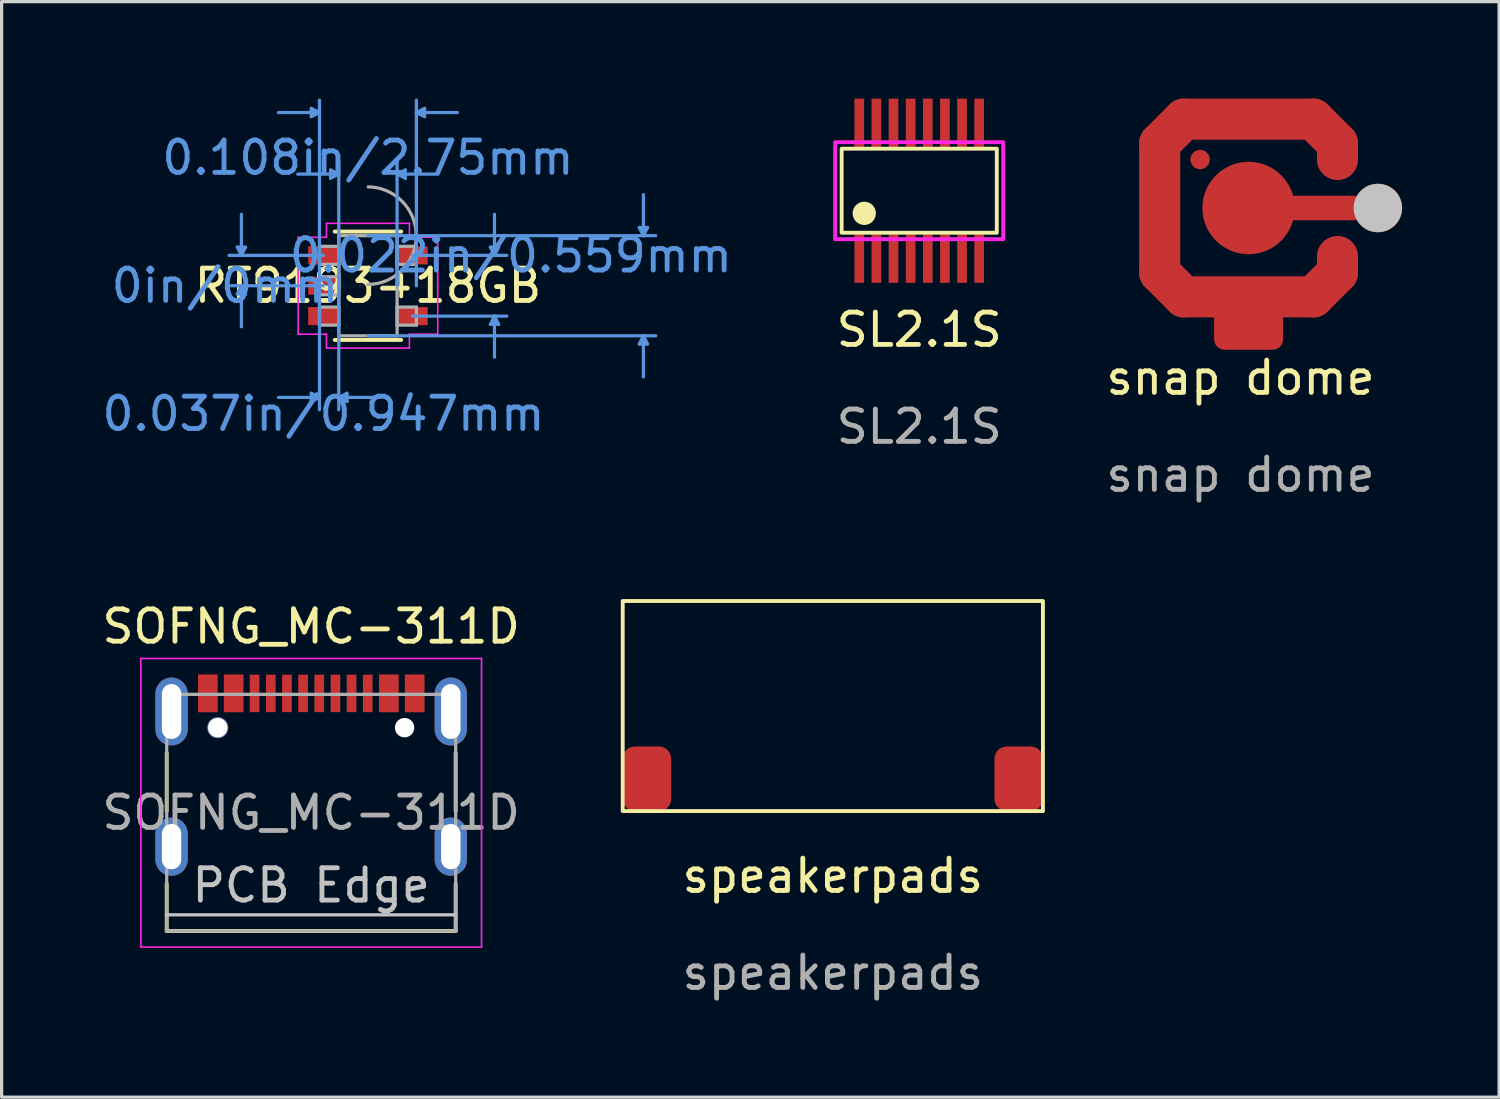
<source format=kicad_pcb>
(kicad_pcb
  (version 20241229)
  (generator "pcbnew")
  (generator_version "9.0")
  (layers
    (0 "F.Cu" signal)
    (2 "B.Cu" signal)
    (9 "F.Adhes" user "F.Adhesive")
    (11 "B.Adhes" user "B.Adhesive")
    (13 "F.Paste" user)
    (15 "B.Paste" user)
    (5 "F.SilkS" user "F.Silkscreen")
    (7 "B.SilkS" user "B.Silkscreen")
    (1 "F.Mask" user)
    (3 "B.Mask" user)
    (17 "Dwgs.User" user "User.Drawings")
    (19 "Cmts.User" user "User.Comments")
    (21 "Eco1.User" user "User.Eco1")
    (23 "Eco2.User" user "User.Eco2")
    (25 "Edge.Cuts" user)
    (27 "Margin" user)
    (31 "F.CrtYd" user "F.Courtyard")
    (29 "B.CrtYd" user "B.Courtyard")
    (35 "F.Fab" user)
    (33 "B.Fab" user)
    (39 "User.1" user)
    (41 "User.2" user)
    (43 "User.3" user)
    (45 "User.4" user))
  (footprint "SOFNG_MC-311D"
    (layer "F.Cu")
    (at 6.577 20.912)
    (property "Reference" "SOFNG_MC-311D" (at 0 -4.58 0) (layer "F.SilkS") (effects (font (size 1 1) (thickness 0.15))))
    (attr smd)
    (fp_line (start -4.47 -0.67) (end -4.47 1.13) (stroke (width 0.12) (type solid)) (layer "F.SilkS"))
    (fp_line (start -4.47 4.84) (end -4.47 3.38) (stroke (width 0.12) (type solid)) (layer "F.SilkS"))
    (fp_line (start 4.47 -0.67) (end 4.47 1.13) (stroke (width 0.12) (type solid)) (layer "F.SilkS"))
    (fp_line (start 4.47 4.84) (end -4.47 4.84) (stroke (width 0.12) (type solid)) (layer "F.SilkS"))
    (fp_line (start 4.47 4.84) (end 4.47 3.38) (stroke (width 0.12) (type solid)) (layer "F.SilkS"))
    (fp_line (start -4.47 4.34) (end 4.47 4.34) (stroke (width 0.1) (type solid)) (layer "Dwgs.User"))
    (fp_line (start -5.27 -3.59) (end -5.27 5.34) (stroke (width 0.05) (type solid)) (layer "F.CrtYd"))
    (fp_line (start -5.27 5.34) (end 5.27 5.34) (stroke (width 0.05) (type solid)) (layer "F.CrtYd"))
    (fp_line (start 5.27 -3.59) (end -5.27 -3.59) (stroke (width 0.05) (type solid)) (layer "F.CrtYd"))
    (fp_line (start 5.27 5.34) (end 5.27 -3.59) (stroke (width 0.05) (type solid)) (layer "F.CrtYd"))
    (fp_line (start -4.47 -2.48) (end -4.47 4.84) (stroke (width 0.1) (type solid)) (layer "F.Fab"))
    (fp_line (start -4.47 -2.48) (end 4.47 -2.48) (stroke (width 0.1) (type solid)) (layer "F.Fab"))
    (fp_line (start 4.47 -2.48) (end 4.47 4.84) (stroke (width 0.1) (type solid)) (layer "F.Fab"))
    (fp_line (start 4.47 4.84) (end -4.47 4.84) (stroke (width 0.1) (type solid)) (layer "F.Fab"))
    (fp_text user "PCB Edge" (at 0 3.43 0) (layer "Dwgs.User") (effects (font (size 1 1) (thickness 0.15))))
    (fp_text user "${REFERENCE}" (at 0 1.18 0) (layer "F.Fab") (effects (font (size 1 1) (thickness 0.15))))
    (pad "" np_thru_hole circle (at -2.89 -1.45 180) (size 0.65 0.65) (drill 0.6) (layers "*.Cu" "*.Mask"))
    (pad "" np_thru_hole circle (at 2.89 -1.45 180) (size 0.6 0.6) (drill 0.6) (layers "*.Cu" "*.Mask"))
    (pad "A1" smd rect (at -3.2 -2.51) (size 0.6 1.16) (layers "F.Cu" "F.Mask" "F.Paste"))
    (pad "A4" smd rect (at -2.4 -2.51) (size 0.6 1.16) (layers "F.Cu" "F.Mask" "F.Paste"))
    (pad "A5" smd rect (at -1.25 -2.51 180) (size 0.3 1.16) (layers "F.Cu" "F.Mask" "F.Paste"))
    (pad "A6" smd rect (at -0.25 -2.51 180) (size 0.3 1.16) (layers "F.Cu" "F.Mask" "F.Paste"))
    (pad "A7" smd rect (at 0.25 -2.51 180) (size 0.3 1.16) (layers "F.Cu" "F.Mask" "F.Paste"))
    (pad "A8" smd rect (at 1.25 -2.51 180) (size 0.3 1.16) (layers "F.Cu" "F.Mask" "F.Paste"))
    (pad "A9" smd rect (at 2.4 -2.51) (size 0.6 1.16) (layers "F.Cu" "F.Mask" "F.Paste"))
    (pad "A12" smd rect (at 3.2 -2.51) (size 0.6 1.16) (layers "F.Cu" "F.Mask" "F.Paste"))
    (pad "B1" smd rect (at 3.2 -2.51) (size 0.6 1.16) (layers "F.Cu" "F.Mask" "F.Paste"))
    (pad "B4" smd rect (at 2.4 -2.51) (size 0.6 1.16) (layers "F.Cu" "F.Mask" "F.Paste"))
    (pad "B5" smd rect (at 1.75 -2.51 180) (size 0.3 1.16) (layers "F.Cu" "F.Mask" "F.Paste"))
    (pad "B6" smd rect (at 0.75 -2.51 180) (size 0.3 1.16) (layers "F.Cu" "F.Mask" "F.Paste"))
    (pad "B7" smd rect (at -0.75 -2.51 180) (size 0.3 1.16) (layers "F.Cu" "F.Mask" "F.Paste"))
    (pad "B8" smd rect (at -1.75 -2.51 180) (size 0.3 1.16) (layers "F.Cu" "F.Mask" "F.Paste"))
    (pad "B9" smd rect (at -2.4 -2.51) (size 0.6 1.16) (layers "F.Cu" "F.Mask" "F.Paste"))
    (pad "B12" smd rect (at -3.2 -2.51) (size 0.6 1.16) (layers "F.Cu" "F.Mask" "F.Paste"))
    (pad "S1" thru_hole oval (at -4.32 -1.95 90) (size 2.1 1) (drill oval 1.7 0.6) (layers "*.Cu" "*.Mask"))
    (pad "S1" thru_hole oval (at -4.32 2.23 90) (size 1.8 1) (drill oval 1.4 0.6) (layers "*.Cu" "*.Mask"))
    (pad "S1" thru_hole oval (at 4.32 -1.95 90) (size 2.1 1) (drill oval 1.7 0.6) (layers "*.Cu" "*.Mask"))
    (pad "S1" thru_hole oval (at 4.32 2.23 90) (size 1.8 1) (drill oval 1.4 0.6) (layers "*.Cu" "*.Mask")))
  (footprint "RT9193-18GB"
    (layer "F.Cu")
    (at 8.333 5.79)
    (property "Reference" "RT9193-18GB" (at 0 0 0) (layer "F.SilkS") (effects (font (size 1 1) (thickness 0.15))))
    (attr through_hole)
    (fp_line (start -1.029 1.676) (end 1.029 1.676) (stroke (width 0.12) (type solid)) (layer "F.SilkS"))
    (fp_line (start 1.029 -1.676) (end -1.029 -1.676) (stroke (width 0.12) (type solid)) (layer "F.SilkS"))
    (fp_line (start 1.029 0.328) (end 1.029 -0.328) (stroke (width 0.12) (type solid)) (layer "F.SilkS"))
    (fp_line (start -4.042 -1.194) (end -3.788 -1.194) (stroke (width 0.1) (type solid)) (layer "Cmts.User"))
    (fp_line (start -4.042 0.254) (end -3.788 0.254) (stroke (width 0.1) (type solid)) (layer "Cmts.User"))
    (fp_line (start -3.915 -0.94) (end -4.042 -1.194) (stroke (width 0.1) (type solid)) (layer "Cmts.User"))
    (fp_line (start -3.915 -0.94) (end -3.915 -2.21) (stroke (width 0.1) (type solid)) (layer "Cmts.User"))
    (fp_line (start -3.915 -0.94) (end -3.788 -1.194) (stroke (width 0.1) (type solid)) (layer "Cmts.User"))
    (fp_line (start -3.915 0) (end -4.042 0.254) (stroke (width 0.1) (type solid)) (layer "Cmts.User"))
    (fp_line (start -3.915 0) (end -3.915 1.27) (stroke (width 0.1) (type solid)) (layer "Cmts.User"))
    (fp_line (start -3.915 0) (end -3.788 0.254) (stroke (width 0.1) (type solid)) (layer "Cmts.User"))
    (fp_line (start -1.753 -5.486) (end -1.753 -5.232) (stroke (width 0.1) (type solid)) (layer "Cmts.User"))
    (fp_line (start -1.753 3.327) (end -1.753 3.581) (stroke (width 0.1) (type solid)) (layer "Cmts.User"))
    (fp_line (start -1.499 -5.359) (end -2.769 -5.359) (stroke (width 0.1) (type solid)) (layer "Cmts.User"))
    (fp_line (start -1.499 -5.359) (end -1.753 -5.486) (stroke (width 0.1) (type solid)) (layer "Cmts.User"))
    (fp_line (start -1.499 -5.359) (end -1.753 -5.232) (stroke (width 0.1) (type solid)) (layer "Cmts.User"))
    (fp_line (start -1.499 0) (end -1.499 -5.74) (stroke (width 0.1) (type solid)) (layer "Cmts.User"))
    (fp_line (start -1.499 0) (end -1.499 3.835) (stroke (width 0.1) (type solid)) (layer "Cmts.User"))
    (fp_line (start -1.499 3.454) (end -2.769 3.454) (stroke (width 0.1) (type solid)) (layer "Cmts.User"))
    (fp_line (start -1.499 3.454) (end -1.753 3.327) (stroke (width 0.1) (type solid)) (layer "Cmts.User"))
    (fp_line (start -1.499 3.454) (end -1.753 3.581) (stroke (width 0.1) (type solid)) (layer "Cmts.User"))
    (fp_line (start -1.375 -0.94) (end -4.296 -0.94) (stroke (width 0.1) (type solid)) (layer "Cmts.User"))
    (fp_line (start -1.375 0) (end -4.296 0) (stroke (width 0.1) (type solid)) (layer "Cmts.User"))
    (fp_line (start -1.156 -3.581) (end -1.156 -3.327) (stroke (width 0.1) (type solid)) (layer "Cmts.User"))
    (fp_line (start -0.902 -3.454) (end -2.172 -3.454) (stroke (width 0.1) (type solid)) (layer "Cmts.User"))
    (fp_line (start -0.902 -3.454) (end -1.156 -3.581) (stroke (width 0.1) (type solid)) (layer "Cmts.User"))
    (fp_line (start -0.902 -3.454) (end -1.156 -3.327) (stroke (width 0.1) (type solid)) (layer "Cmts.User"))
    (fp_line (start -0.902 0) (end -0.902 -3.835) (stroke (width 0.1) (type solid)) (layer "Cmts.User"))
    (fp_line (start -0.902 0) (end -0.902 3.835) (stroke (width 0.1) (type solid)) (layer "Cmts.User"))
    (fp_line (start -0.902 3.454) (end -0.648 3.327) (stroke (width 0.1) (type solid)) (layer "Cmts.User"))
    (fp_line (start -0.902 3.454) (end -0.648 3.581) (stroke (width 0.1) (type solid)) (layer "Cmts.User"))
    (fp_line (start -0.902 3.454) (end 0.368 3.454) (stroke (width 0.1) (type solid)) (layer "Cmts.User"))
    (fp_line (start -0.648 3.327) (end -0.648 3.581) (stroke (width 0.1) (type solid)) (layer "Cmts.User"))
    (fp_line (start 0 -1.549) (end 8.903 -1.549) (stroke (width 0.1) (type solid)) (layer "Cmts.User"))
    (fp_line (start 0 1.549) (end 8.903 1.549) (stroke (width 0.1) (type solid)) (layer "Cmts.User"))
    (fp_line (start 0.902 -3.454) (end 1.156 -3.581) (stroke (width 0.1) (type solid)) (layer "Cmts.User"))
    (fp_line (start 0.902 -3.454) (end 1.156 -3.327) (stroke (width 0.1) (type solid)) (layer "Cmts.User"))
    (fp_line (start 0.902 -3.454) (end 2.172 -3.454) (stroke (width 0.1) (type solid)) (layer "Cmts.User"))
    (fp_line (start 0.902 0) (end 0.902 -3.835) (stroke (width 0.1) (type solid)) (layer "Cmts.User"))
    (fp_line (start 1.156 -3.581) (end 1.156 -3.327) (stroke (width 0.1) (type solid)) (layer "Cmts.User"))
    (fp_line (start 1.375 -0.94) (end 4.296 -0.94) (stroke (width 0.1) (type solid)) (layer "Cmts.User"))
    (fp_line (start 1.375 0.94) (end 4.296 0.94) (stroke (width 0.1) (type solid)) (layer "Cmts.User"))
    (fp_line (start 1.499 -5.359) (end 1.753 -5.486) (stroke (width 0.1) (type solid)) (layer "Cmts.User"))
    (fp_line (start 1.499 -5.359) (end 1.753 -5.232) (stroke (width 0.1) (type solid)) (layer "Cmts.User"))
    (fp_line (start 1.499 -5.359) (end 2.769 -5.359) (stroke (width 0.1) (type solid)) (layer "Cmts.User"))
    (fp_line (start 1.499 0) (end 1.499 -5.74) (stroke (width 0.1) (type solid)) (layer "Cmts.User"))
    (fp_line (start 1.753 -5.486) (end 1.753 -5.232) (stroke (width 0.1) (type solid)) (layer "Cmts.User"))
    (fp_line (start 3.788 -1.194) (end 4.042 -1.194) (stroke (width 0.1) (type solid)) (layer "Cmts.User"))
    (fp_line (start 3.788 1.194) (end 4.042 1.194) (stroke (width 0.1) (type solid)) (layer "Cmts.User"))
    (fp_line (start 3.915 -0.94) (end 3.788 -1.194) (stroke (width 0.1) (type solid)) (layer "Cmts.User"))
    (fp_line (start 3.915 -0.94) (end 3.915 -2.21) (stroke (width 0.1) (type solid)) (layer "Cmts.User"))
    (fp_line (start 3.915 -0.94) (end 4.042 -1.194) (stroke (width 0.1) (type solid)) (layer "Cmts.User"))
    (fp_line (start 3.915 0.94) (end 3.788 1.194) (stroke (width 0.1) (type solid)) (layer "Cmts.User"))
    (fp_line (start 3.915 0.94) (end 3.915 2.21) (stroke (width 0.1) (type solid)) (layer "Cmts.User"))
    (fp_line (start 3.915 0.94) (end 4.042 1.194) (stroke (width 0.1) (type solid)) (layer "Cmts.User"))
    (fp_line (start 8.395 -1.803) (end 8.649 -1.803) (stroke (width 0.1) (type solid)) (layer "Cmts.User"))
    (fp_line (start 8.395 1.803) (end 8.649 1.803) (stroke (width 0.1) (type solid)) (layer "Cmts.User"))
    (fp_line (start 8.522 -1.549) (end 8.395 -1.803) (stroke (width 0.1) (type solid)) (layer "Cmts.User"))
    (fp_line (start 8.522 -1.549) (end 8.522 -2.819) (stroke (width 0.1) (type solid)) (layer "Cmts.User"))
    (fp_line (start 8.522 -1.549) (end 8.649 -1.803) (stroke (width 0.1) (type solid)) (layer "Cmts.User"))
    (fp_line (start 8.522 1.549) (end 8.395 1.803) (stroke (width 0.1) (type solid)) (layer "Cmts.User"))
    (fp_line (start 8.522 1.549) (end 8.522 2.819) (stroke (width 0.1) (type solid)) (layer "Cmts.User"))
    (fp_line (start 8.522 1.549) (end 8.649 1.803) (stroke (width 0.1) (type solid)) (layer "Cmts.User"))
    (fp_line (start -2.159 -1.499) (end -1.283 -1.499) (stroke (width 0.05) (type solid)) (layer "F.CrtYd"))
    (fp_line (start -2.159 1.499) (end -2.159 -1.499) (stroke (width 0.05) (type solid)) (layer "F.CrtYd"))
    (fp_line (start -1.283 -1.93) (end 1.283 -1.93) (stroke (width 0.05) (type solid)) (layer "F.CrtYd"))
    (fp_line (start -1.283 -1.499) (end -1.283 -1.93) (stroke (width 0.05) (type solid)) (layer "F.CrtYd"))
    (fp_line (start -1.283 1.499) (end -2.159 1.499) (stroke (width 0.05) (type solid)) (layer "F.CrtYd"))
    (fp_line (start -1.283 1.93) (end -1.283 1.499) (stroke (width 0.05) (type solid)) (layer "F.CrtYd"))
    (fp_line (start 1.283 -1.93) (end 1.283 -1.499) (stroke (width 0.05) (type solid)) (layer "F.CrtYd"))
    (fp_line (start 1.283 -1.499) (end 2.159 -1.499) (stroke (width 0.05) (type solid)) (layer "F.CrtYd"))
    (fp_line (start 1.283 1.499) (end 1.283 1.93) (stroke (width 0.05) (type solid)) (layer "F.CrtYd"))
    (fp_line (start 1.283 1.93) (end -1.283 1.93) (stroke (width 0.05) (type solid)) (layer "F.CrtYd"))
    (fp_line (start 2.159 -1.499) (end 2.159 1.499) (stroke (width 0.05) (type solid)) (layer "F.CrtYd"))
    (fp_line (start 2.159 1.499) (end 1.283 1.499) (stroke (width 0.05) (type solid)) (layer "F.CrtYd"))
    (fp_line (start -1.499 -1.219) (end -1.499 -0.66) (stroke (width 0.1) (type solid)) (layer "F.Fab"))
    (fp_line (start -1.499 -0.66) (end -0.902 -0.66) (stroke (width 0.1) (type solid)) (layer "F.Fab"))
    (fp_line (start -1.499 -0.279) (end -1.499 0.279) (stroke (width 0.1) (type solid)) (layer "F.Fab"))
    (fp_line (start -1.499 0.279) (end -0.902 0.279) (stroke (width 0.1) (type solid)) (layer "F.Fab"))
    (fp_line (start -1.499 0.66) (end -1.499 1.219) (stroke (width 0.1) (type solid)) (layer "F.Fab"))
    (fp_line (start -1.499 1.219) (end -0.902 1.219) (stroke (width 0.1) (type solid)) (layer "F.Fab"))
    (fp_line (start -0.902 -1.549) (end -0.902 1.549) (stroke (width 0.1) (type solid)) (layer "F.Fab"))
    (fp_line (start -0.902 -1.219) (end -1.499 -1.219) (stroke (width 0.1) (type solid)) (layer "F.Fab"))
    (fp_line (start -0.902 -0.66) (end -0.902 -1.219) (stroke (width 0.1) (type solid)) (layer "F.Fab"))
    (fp_line (start -0.902 -0.279) (end -1.499 -0.279) (stroke (width 0.1) (type solid)) (layer "F.Fab"))
    (fp_line (start -0.902 0.279) (end -0.902 -0.279) (stroke (width 0.1) (type solid)) (layer "F.Fab"))
    (fp_line (start -0.902 0.66) (end -1.499 0.66) (stroke (width 0.1) (type solid)) (layer "F.Fab"))
    (fp_line (start -0.902 1.219) (end -0.902 0.66) (stroke (width 0.1) (type solid)) (layer "F.Fab"))
    (fp_line (start -0.902 1.549) (end 0.902 1.549) (stroke (width 0.1) (type solid)) (layer "F.Fab"))
    (fp_line (start 0.902 -1.549) (end -0.902 -1.549) (stroke (width 0.1) (type solid)) (layer "F.Fab"))
    (fp_line (start 0.902 -1.219) (end 0.902 -0.66) (stroke (width 0.1) (type solid)) (layer "F.Fab"))
    (fp_line (start 0.902 -0.66) (end 1.499 -0.66) (stroke (width 0.1) (type solid)) (layer "F.Fab"))
    (fp_line (start 0.902 0.66) (end 0.902 1.219) (stroke (width 0.1) (type solid)) (layer "F.Fab"))
    (fp_line (start 0.902 1.219) (end 1.499 1.219) (stroke (width 0.1) (type solid)) (layer "F.Fab"))
    (fp_line (start 0.902 1.549) (end 0.902 -1.549) (stroke (width 0.1) (type solid)) (layer "F.Fab"))
    (fp_line (start 1.499 -1.219) (end 0.902 -1.219) (stroke (width 0.1) (type solid)) (layer "F.Fab"))
    (fp_line (start 1.499 -0.66) (end 1.499 -1.219) (stroke (width 0.1) (type solid)) (layer "F.Fab"))
    (fp_line (start 1.499 0.66) (end 0.902 0.66) (stroke (width 0.1) (type solid)) (layer "F.Fab"))
    (fp_line (start 1.499 1.219) (end 1.499 0.66) (stroke (width 0.1) (type solid)) (layer "F.Fab"))
    (fp_arc (start 0.007742 -3.059445) (mid 1.510045 -1.541658) (end -0.007742 -0.039355) (stroke (width 0.1) (type solid)) (layer "F.Fab"))
    (fp_text user "0.108in/2.75mm" (at 0 -3.962 0) (layer "Cmts.User") (effects (font (size 1 1) (thickness 0.15))))
    (fp_text user "0.037in/0.947mm" (at -1.375 3.962 0) (layer "Cmts.User") (effects (font (size 1 1) (thickness 0.15))))
    (fp_text user "Copyright 2021 Accelerated Designs. All rights reserved." (at 0 0 0) (layer "Cmts.User") (effects (font (size 0.127 0.127) (thickness 0.002))))
    (fp_text user "0.022in/0.559mm" (at 4.423 -0.94 0) (layer "Cmts.User") (effects (font (size 1 1) (thickness 0.15))))
    (fp_text user "0in/0mm" (at -4.423 0 0) (layer "Cmts.User") (effects (font (size 1 1) (thickness 0.15))))
    (pad "1" smd rect (at -1.375 -0.94) (size 0.947 0.559) (layers "F.Cu" "F.Mask" "F.Paste"))
    (pad "2" smd rect (at -1.375 0) (size 0.947 0.559) (layers "F.Cu" "F.Mask" "F.Paste"))
    (pad "3" smd rect (at -1.375 0.94) (size 0.947 0.559) (layers "F.Cu" "F.Mask" "F.Paste"))
    (pad "4" smd rect (at 1.375 0.94) (size 0.947 0.559) (layers "F.Cu" "F.Mask" "F.Paste"))
    (pad "5" smd rect (at 1.375 -0.94) (size 0.947 0.559) (layers "F.Cu" "F.Mask" "F.Paste")))
  (footprint "speakerpads"
    (layer "F.Cu")
    (at 22.715 24.543)
    (property "Reference" "speakerpads" (at 0 -0.5 0) (unlocked yes) (layer "F.SilkS") (effects (font (size 1 1) (thickness 0.15))))
    (attr smd)
    (fp_rect (start -6.5 -2.5) (end 6.5 -9) (stroke (width 0.12) (type solid)) (fill no) (layer "F.SilkS"))
    (fp_text user "${REFERENCE}" (at 0 2.5 0) (unlocked yes) (layer "F.Fab") (effects (font (size 1 1) (thickness 0.15))))
    (pad "1" smd roundrect (at -5.75 -3.5) (size 1.5 2) (layers "F.Cu" "F.Mask" "F.Paste") (roundrect_rratio 0.25))
    (pad "2" smd roundrect (at 5.75 -3.5) (size 1.5 2) (layers "F.Cu" "F.Mask" "F.Paste") (roundrect_rratio 0.25)))
  (footprint "snap dome"
    (layer "F.Cu")
    (at 35.578 3.385)
    (property "Reference" "snap dome" (at -0.25 5.25 0) (unlocked yes) (layer "F.SilkS") (effects (font (size 1 1) (thickness 0.15))))
    (attr smd)
    (fp_line (start -2.75 -2) (end -2.75 2) (stroke (width 1.27) (type solid)) (layer "F.Cu"))
    (fp_line (start -2.75 2) (end -2 2.75) (stroke (width 1.27) (type solid)) (layer "F.Cu"))
    (fp_line (start -2 -2.75) (end -2.75 -2) (stroke (width 1.27) (type solid)) (layer "F.Cu"))
    (fp_line (start -2 2.75) (end 2 2.75) (stroke (width 1.27) (type solid)) (layer "F.Cu"))
    (fp_line (start 0.25 0) (end 3.25 0) (stroke (width 0.76) (type solid)) (layer "F.Cu"))
    (fp_line (start 2 -2.75) (end -2 -2.75) (stroke (width 1.27) (type solid)) (layer "F.Cu"))
    (fp_line (start 2 2.75) (end 2.75 2) (stroke (width 1.27) (type solid)) (layer "F.Cu"))
    (fp_line (start 2.75 -2) (end 2 -2.75) (stroke (width 1.27) (type solid)) (layer "F.Cu"))
    (fp_line (start 2.75 -2) (end 2.75 -1.5) (stroke (width 1.27) (type solid)) (layer "F.Cu"))
    (fp_line (start 2.75 2) (end 2.75 1.5) (stroke (width 1.27) (type solid)) (layer "F.Cu"))
    (fp_circle (center -1.5 -1.5) (end -1.2 -1.5) (stroke (width 0) (type solid)) (fill yes) (layer "F.Cu"))
    (fp_circle (center 0 0) (end 1.43 0) (stroke (width 0) (type solid)) (fill yes) (layer "F.Cu"))
    (fp_line (start -2.75 -2) (end -2.75 2) (stroke (width 1.27) (type solid)) (layer "F.Mask"))
    (fp_line (start -2.75 2) (end -2 2.75) (stroke (width 1.27) (type solid)) (layer "F.Mask"))
    (fp_line (start -2 -2.75) (end -2.75 -2) (stroke (width 1.27) (type solid)) (layer "F.Mask"))
    (fp_line (start -2 2.75) (end 2 2.75) (stroke (width 1.27) (type solid)) (layer "F.Mask"))
    (fp_line (start 2 -2.75) (end -2 -2.75) (stroke (width 1.27) (type solid)) (layer "F.Mask"))
    (fp_line (start 2 2.75) (end 2.75 2) (stroke (width 1.27) (type solid)) (layer "F.Mask"))
    (fp_line (start 2.75 -2) (end 2 -2.75) (stroke (width 1.27) (type solid)) (layer "F.Mask"))
    (fp_line (start 2.75 2) (end 2.75 -2) (stroke (width 1.27) (type solid)) (layer "F.Mask"))
    (fp_circle (center 0 0) (end 2.301 0) (stroke (width 1.765) (type solid)) (fill yes) (layer "F.Mask"))
    (fp_text user "${REFERENCE}" (at -0.25 8.25 0) (unlocked yes) (layer "F.Fab") (effects (font (size 1 1) (thickness 0.15))))
    (pad "1" smd roundrect (at 0 3.75 90) (size 1.27 2.135) (layers "F.Cu" "F.Mask" "F.Paste") (roundrect_rratio 0.25))
    (pad "2" smd circle (at 4 0) (size 1.5 1.5) (layers "F.Cu" "F.Mask" "F.Paste" "Dwgs.User")))
  (footprint "SL2.1S"
    (layer "F.Cu")
    (at 25.388 2.85)
    (property "Reference" "SL2.1S" (at 0 4.3 0) (unlocked yes) (layer "F.SilkS") (effects (font (size 1 1) (thickness 0.15))))
    (attr smd)
    (fp_rect (start -2.4 -1.3) (end 2.4 1.3) (stroke (width 0.12) (type solid)) (fill no) (layer "F.SilkS"))
    (fp_circle (center -1.7 0.7) (end -1.4 0.7) (stroke (width 0.12) (type solid)) (fill yes) (layer "F.SilkS"))
    (fp_rect (start -2.6 -1.5) (end 2.6 1.5) (stroke (width 0.12) (type solid)) (fill no) (layer "F.CrtYd"))
    (fp_text user "${REFERENCE}" (at 0 7.3 0) (unlocked yes) (layer "F.Fab") (effects (font (size 1 1) (thickness 0.15))))
    (pad "1" smd rect (at -1.855 2.1) (size 0.3 1.5) (layers "F.Cu" "F.Mask" "F.Paste"))
    (pad "2" smd rect (at -1.325 2.1) (size 0.3 1.5) (layers "F.Cu" "F.Mask" "F.Paste"))
    (pad "3" smd rect (at -0.795 2.1) (size 0.3 1.5) (layers "F.Cu" "F.Mask" "F.Paste"))
    (pad "4" smd rect (at -0.265 2.1) (size 0.3 1.5) (layers "F.Cu" "F.Mask" "F.Paste"))
    (pad "5" smd rect (at 0.265 2.1) (size 0.3 1.5) (layers "F.Cu" "F.Mask" "F.Paste"))
    (pad "6" smd rect (at 0.795 2.1) (size 0.3 1.5) (layers "F.Cu" "F.Mask" "F.Paste"))
    (pad "7" smd rect (at 1.325 2.1) (size 0.3 1.5) (layers "F.Cu" "F.Mask" "F.Paste"))
    (pad "8" smd rect (at 1.855 2.1) (size 0.3 1.5) (layers "F.Cu" "F.Mask" "F.Paste"))
    (pad "9" smd rect (at 1.855 -2.1 180) (size 0.3 1.5) (layers "F.Cu" "F.Mask" "F.Paste"))
    (pad "10" smd rect (at 1.325 -2.1 180) (size 0.3 1.5) (layers "F.Cu" "F.Mask" "F.Paste"))
    (pad "11" smd rect (at 0.795 -2.1 180) (size 0.3 1.5) (layers "F.Cu" "F.Mask" "F.Paste"))
    (pad "12" smd rect (at 0.265 -2.1 180) (size 0.3 1.5) (layers "F.Cu" "F.Mask" "F.Paste"))
    (pad "13" smd rect (at -0.265 -2.1 180) (size 0.3 1.5) (layers "F.Cu" "F.Mask" "F.Paste"))
    (pad "14" smd rect (at -0.795 -2.1 180) (size 0.3 1.5) (layers "F.Cu" "F.Mask" "F.Paste"))
    (pad "15" smd rect (at -1.325 -2.1 180) (size 0.3 1.5) (layers "F.Cu" "F.Mask" "F.Paste"))
    (pad "16" smd rect (at -1.855 -2.1 180) (size 0.3 1.5) (layers "F.Cu" "F.Mask" "F.Paste")))
  (gr_rect
    (start -3 -3)
    (end 43.328 30.892)
    (stroke (width 0.1) (type default))
    (fill no)
    (layer "Edge.Cuts")))
</source>
